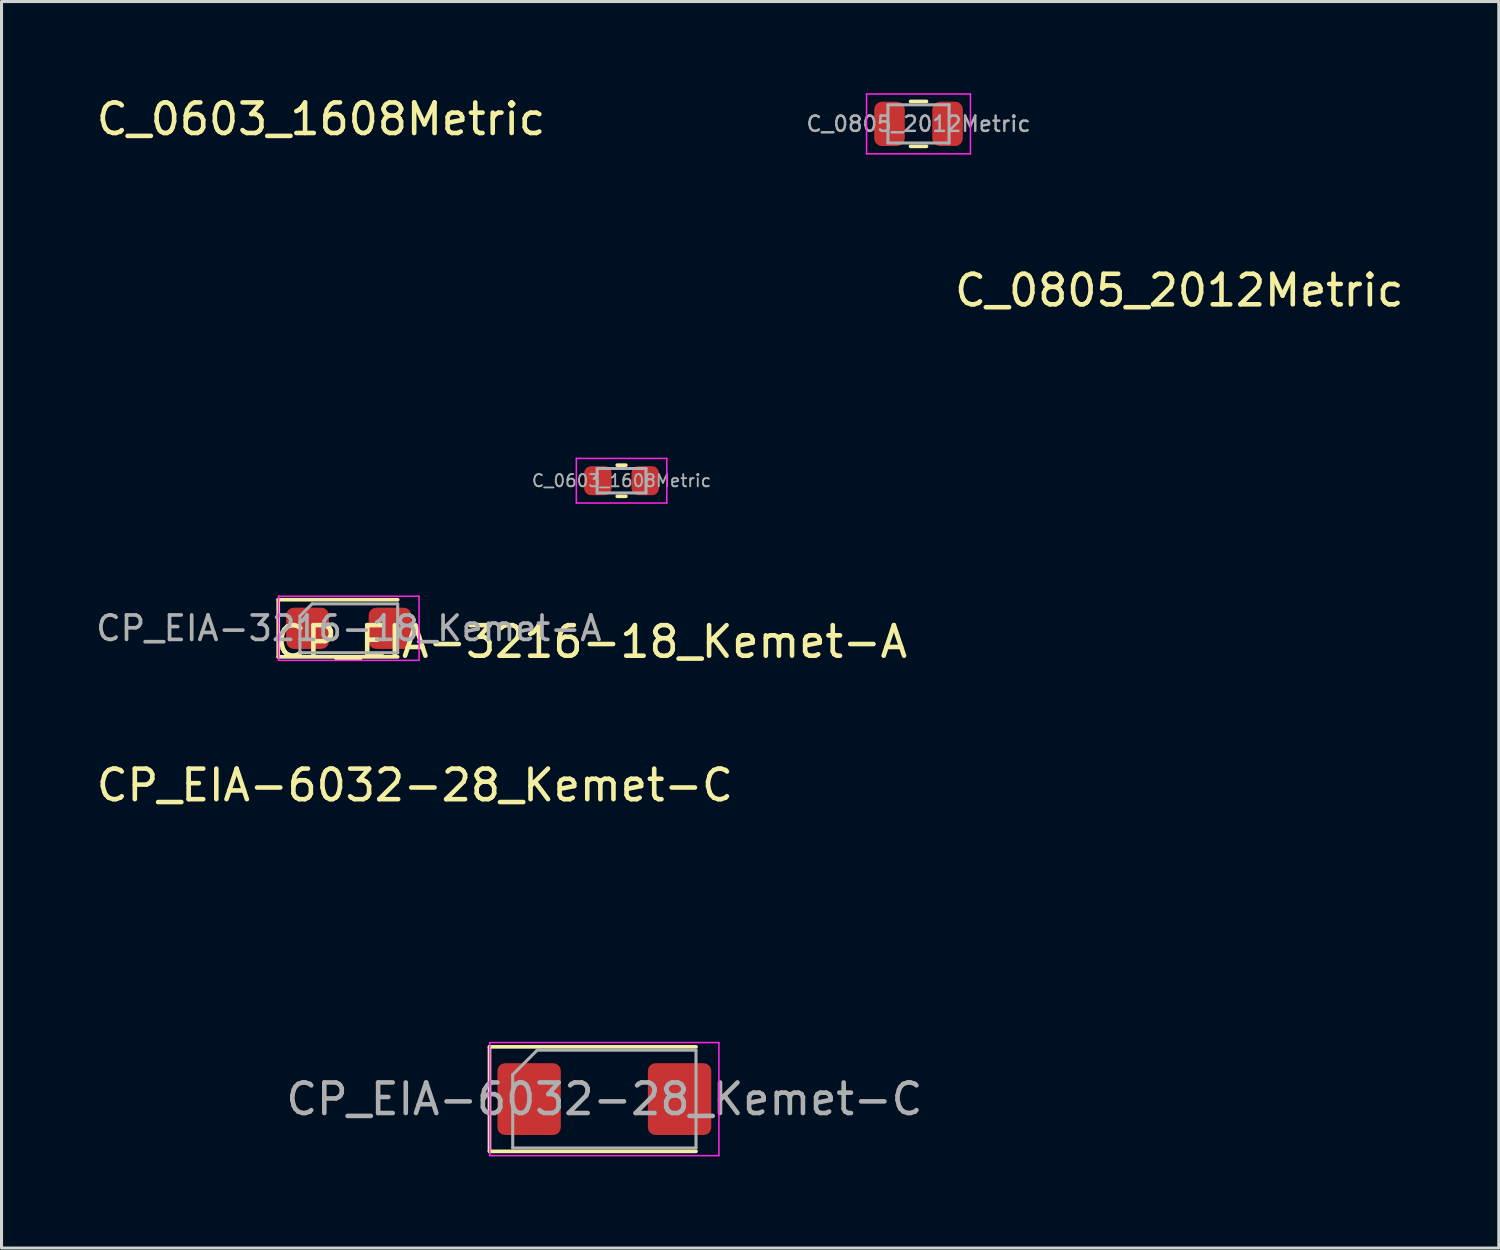
<source format=kicad_pcb>
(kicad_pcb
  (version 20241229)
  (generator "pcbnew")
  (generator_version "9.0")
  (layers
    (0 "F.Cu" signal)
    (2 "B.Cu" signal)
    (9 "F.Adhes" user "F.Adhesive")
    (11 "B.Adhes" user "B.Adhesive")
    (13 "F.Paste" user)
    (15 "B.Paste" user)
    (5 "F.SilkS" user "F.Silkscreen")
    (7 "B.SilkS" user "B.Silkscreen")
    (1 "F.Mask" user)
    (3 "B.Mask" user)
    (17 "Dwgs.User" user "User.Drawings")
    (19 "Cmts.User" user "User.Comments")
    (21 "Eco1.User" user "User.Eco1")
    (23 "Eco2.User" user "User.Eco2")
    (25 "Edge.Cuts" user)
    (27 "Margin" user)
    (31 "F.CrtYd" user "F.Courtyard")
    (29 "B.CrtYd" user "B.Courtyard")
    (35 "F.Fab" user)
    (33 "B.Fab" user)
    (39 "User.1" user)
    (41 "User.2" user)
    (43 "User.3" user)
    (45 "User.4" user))
  (footprint "C_0805_2012Metric"
    (layer "F.Cu")
    (at 27.015 1.005)
    (property "Reference" "C_0805_2012Metric" (at 8.536 5.451 0) (layer "F.SilkS") (effects (font (size 1 1) (thickness 0.15))))
    (attr smd)
    (fp_line (start -0.261 -0.735) (end 0.261 -0.735) (stroke (width 0.12) (type solid)) (layer "F.SilkS"))
    (fp_line (start -0.261 0.735) (end 0.261 0.735) (stroke (width 0.12) (type solid)) (layer "F.SilkS"))
    (fp_line (start -1.7 -0.98) (end 1.7 -0.98) (stroke (width 0.05) (type solid)) (layer "F.CrtYd"))
    (fp_line (start -1.7 0.98) (end -1.7 -0.98) (stroke (width 0.05) (type solid)) (layer "F.CrtYd"))
    (fp_line (start 1.7 -0.98) (end 1.7 0.98) (stroke (width 0.05) (type solid)) (layer "F.CrtYd"))
    (fp_line (start 1.7 0.98) (end -1.7 0.98) (stroke (width 0.05) (type solid)) (layer "F.CrtYd"))
    (fp_line (start -1 -0.625) (end 1 -0.625) (stroke (width 0.1) (type solid)) (layer "F.Fab"))
    (fp_line (start -1 0.625) (end -1 -0.625) (stroke (width 0.1) (type solid)) (layer "F.Fab"))
    (fp_line (start 1 -0.625) (end 1 0.625) (stroke (width 0.1) (type solid)) (layer "F.Fab"))
    (fp_line (start 1 0.625) (end -1 0.625) (stroke (width 0.1) (type solid)) (layer "F.Fab"))
    (fp_text user "${REFERENCE}" (at 0 0 0) (layer "F.Fab") (effects (font (size 0.5 0.5) (thickness 0.08))))
    (pad "1" smd roundrect (at -0.95 0) (size 1 1.45) (layers "F.Cu" "F.Mask" "F.Paste") (roundrect_rratio 0.25))
    (pad "2" smd roundrect (at 0.95 0) (size 1 1.45) (layers "F.Cu" "F.Mask" "F.Paste") (roundrect_rratio 0.25)))
  (footprint "C_0603_1608Metric"
    (layer "F.Cu")
    (at 17.295 12.685)
    (property "Reference" "C_0603_1608Metric" (at -9.836 -11.837 0) (layer "F.SilkS") (effects (font (size 1 1) (thickness 0.15))))
    (attr smd)
    (fp_line (start -0.141 -0.51) (end 0.141 -0.51) (stroke (width 0.12) (type solid)) (layer "F.SilkS"))
    (fp_line (start -0.141 0.51) (end 0.141 0.51) (stroke (width 0.12) (type solid)) (layer "F.SilkS"))
    (fp_line (start -1.48 -0.73) (end 1.48 -0.73) (stroke (width 0.05) (type solid)) (layer "F.CrtYd"))
    (fp_line (start -1.48 0.73) (end -1.48 -0.73) (stroke (width 0.05) (type solid)) (layer "F.CrtYd"))
    (fp_line (start 1.48 -0.73) (end 1.48 0.73) (stroke (width 0.05) (type solid)) (layer "F.CrtYd"))
    (fp_line (start 1.48 0.73) (end -1.48 0.73) (stroke (width 0.05) (type solid)) (layer "F.CrtYd"))
    (fp_line (start -0.8 -0.4) (end 0.8 -0.4) (stroke (width 0.1) (type solid)) (layer "F.Fab"))
    (fp_line (start -0.8 0.4) (end -0.8 -0.4) (stroke (width 0.1) (type solid)) (layer "F.Fab"))
    (fp_line (start 0.8 -0.4) (end 0.8 0.4) (stroke (width 0.1) (type solid)) (layer "F.Fab"))
    (fp_line (start 0.8 0.4) (end -0.8 0.4) (stroke (width 0.1) (type solid)) (layer "F.Fab"))
    (fp_text user "${REFERENCE}" (at 0 0 0) (layer "F.Fab") (effects (font (size 0.4 0.4) (thickness 0.06))))
    (pad "1" smd roundrect (at -0.775 0) (size 0.9 0.95) (layers "F.Cu" "F.Mask" "F.Paste") (roundrect_rratio 0.25))
    (pad "2" smd roundrect (at 0.775 0) (size 0.9 0.95) (layers "F.Cu" "F.Mask" "F.Paste") (roundrect_rratio 0.25)))
  (footprint "CP_EIA-6032-28_Kemet-C"
    (layer "F.Cu")
    (at 16.732 32.926)
    (property "Reference" "CP_EIA-6032-28_Kemet-C" (at -6.202 -10.273 0) (layer "F.SilkS") (effects (font (size 1 1) (thickness 0.15))))
    (attr smd)
    (fp_line (start -3.76 -1.71) (end -3.76 1.71) (stroke (width 0.12) (type solid)) (layer "F.SilkS"))
    (fp_line (start -3.76 1.71) (end 3 1.71) (stroke (width 0.12) (type solid)) (layer "F.SilkS"))
    (fp_line (start 3 -1.71) (end -3.76 -1.71) (stroke (width 0.12) (type solid)) (layer "F.SilkS"))
    (fp_line (start -3.75 -1.85) (end 3.75 -1.85) (stroke (width 0.05) (type solid)) (layer "F.CrtYd"))
    (fp_line (start -3.75 1.85) (end -3.75 -1.85) (stroke (width 0.05) (type solid)) (layer "F.CrtYd"))
    (fp_line (start 3.75 -1.85) (end 3.75 1.85) (stroke (width 0.05) (type solid)) (layer "F.CrtYd"))
    (fp_line (start 3.75 1.85) (end -3.75 1.85) (stroke (width 0.05) (type solid)) (layer "F.CrtYd"))
    (fp_line (start -3 -0.8) (end -3 1.6) (stroke (width 0.1) (type solid)) (layer "F.Fab"))
    (fp_line (start -3 1.6) (end 3 1.6) (stroke (width 0.1) (type solid)) (layer "F.Fab"))
    (fp_line (start -2.2 -1.6) (end -3 -0.8) (stroke (width 0.1) (type solid)) (layer "F.Fab"))
    (fp_line (start 3 -1.6) (end -2.2 -1.6) (stroke (width 0.1) (type solid)) (layer "F.Fab"))
    (fp_line (start 3 1.6) (end 3 -1.6) (stroke (width 0.1) (type solid)) (layer "F.Fab"))
    (fp_text user "${REFERENCE}" (at 0 0 0) (layer "F.Fab") (effects (font (size 1 1) (thickness 0.15))))
    (pad "1" smd roundrect (at -2.462 0) (size 2.075 2.35) (layers "F.Cu" "F.Mask" "F.Paste") (roundrect_rratio 0.12))
    (pad "2" smd roundrect (at 2.462 0) (size 2.075 2.35) (layers "F.Cu" "F.Mask" "F.Paste") (roundrect_rratio 0.12)))
  (footprint "CP_EIA-3216-18_Kemet-A"
    (layer "F.Cu")
    (at 8.367 17.515)
    (property "Reference" "CP_EIA-3216-18_Kemet-A" (at 7.936 0.442 180) (layer "F.SilkS") (effects (font (size 1 1) (thickness 0.15))))
    (attr smd)
    (fp_line (start -2.31 -0.935) (end -2.31 0.935) (stroke (width 0.12) (type solid)) (layer "F.SilkS"))
    (fp_line (start -2.31 0.935) (end 1.6 0.935) (stroke (width 0.12) (type solid)) (layer "F.SilkS"))
    (fp_line (start 1.6 -0.935) (end -2.31 -0.935) (stroke (width 0.12) (type solid)) (layer "F.SilkS"))
    (fp_line (start -2.3 -1.05) (end 2.3 -1.05) (stroke (width 0.05) (type solid)) (layer "F.CrtYd"))
    (fp_line (start -2.3 1.05) (end -2.3 -1.05) (stroke (width 0.05) (type solid)) (layer "F.CrtYd"))
    (fp_line (start 2.3 -1.05) (end 2.3 1.05) (stroke (width 0.05) (type solid)) (layer "F.CrtYd"))
    (fp_line (start 2.3 1.05) (end -2.3 1.05) (stroke (width 0.05) (type solid)) (layer "F.CrtYd"))
    (fp_line (start -1.6 -0.4) (end -1.6 0.8) (stroke (width 0.1) (type solid)) (layer "F.Fab"))
    (fp_line (start -1.6 0.8) (end 1.6 0.8) (stroke (width 0.1) (type solid)) (layer "F.Fab"))
    (fp_line (start -1.2 -0.8) (end -1.6 -0.4) (stroke (width 0.1) (type solid)) (layer "F.Fab"))
    (fp_line (start 1.6 -0.8) (end -1.2 -0.8) (stroke (width 0.1) (type solid)) (layer "F.Fab"))
    (fp_line (start 1.6 0.8) (end 1.6 -0.8) (stroke (width 0.1) (type solid)) (layer "F.Fab"))
    (fp_text user "${REFERENCE}" (at 0 0 0) (layer "F.Fab") (effects (font (size 0.8 0.8) (thickness 0.12))))
    (pad "1" smd roundrect (at -1.35 0) (size 1.4 1.35) (layers "F.Cu" "F.Mask" "F.Paste") (roundrect_rratio 0.185))
    (pad "2" smd roundrect (at 1.35 0) (size 1.4 1.35) (layers "F.Cu" "F.Mask" "F.Paste") (roundrect_rratio 0.185)))
  (gr_rect
    (start -3 -3)
    (end 46.009 37.801)
    (stroke (width 0.1) (type default))
    (fill no)
    (layer "Edge.Cuts")))
</source>
